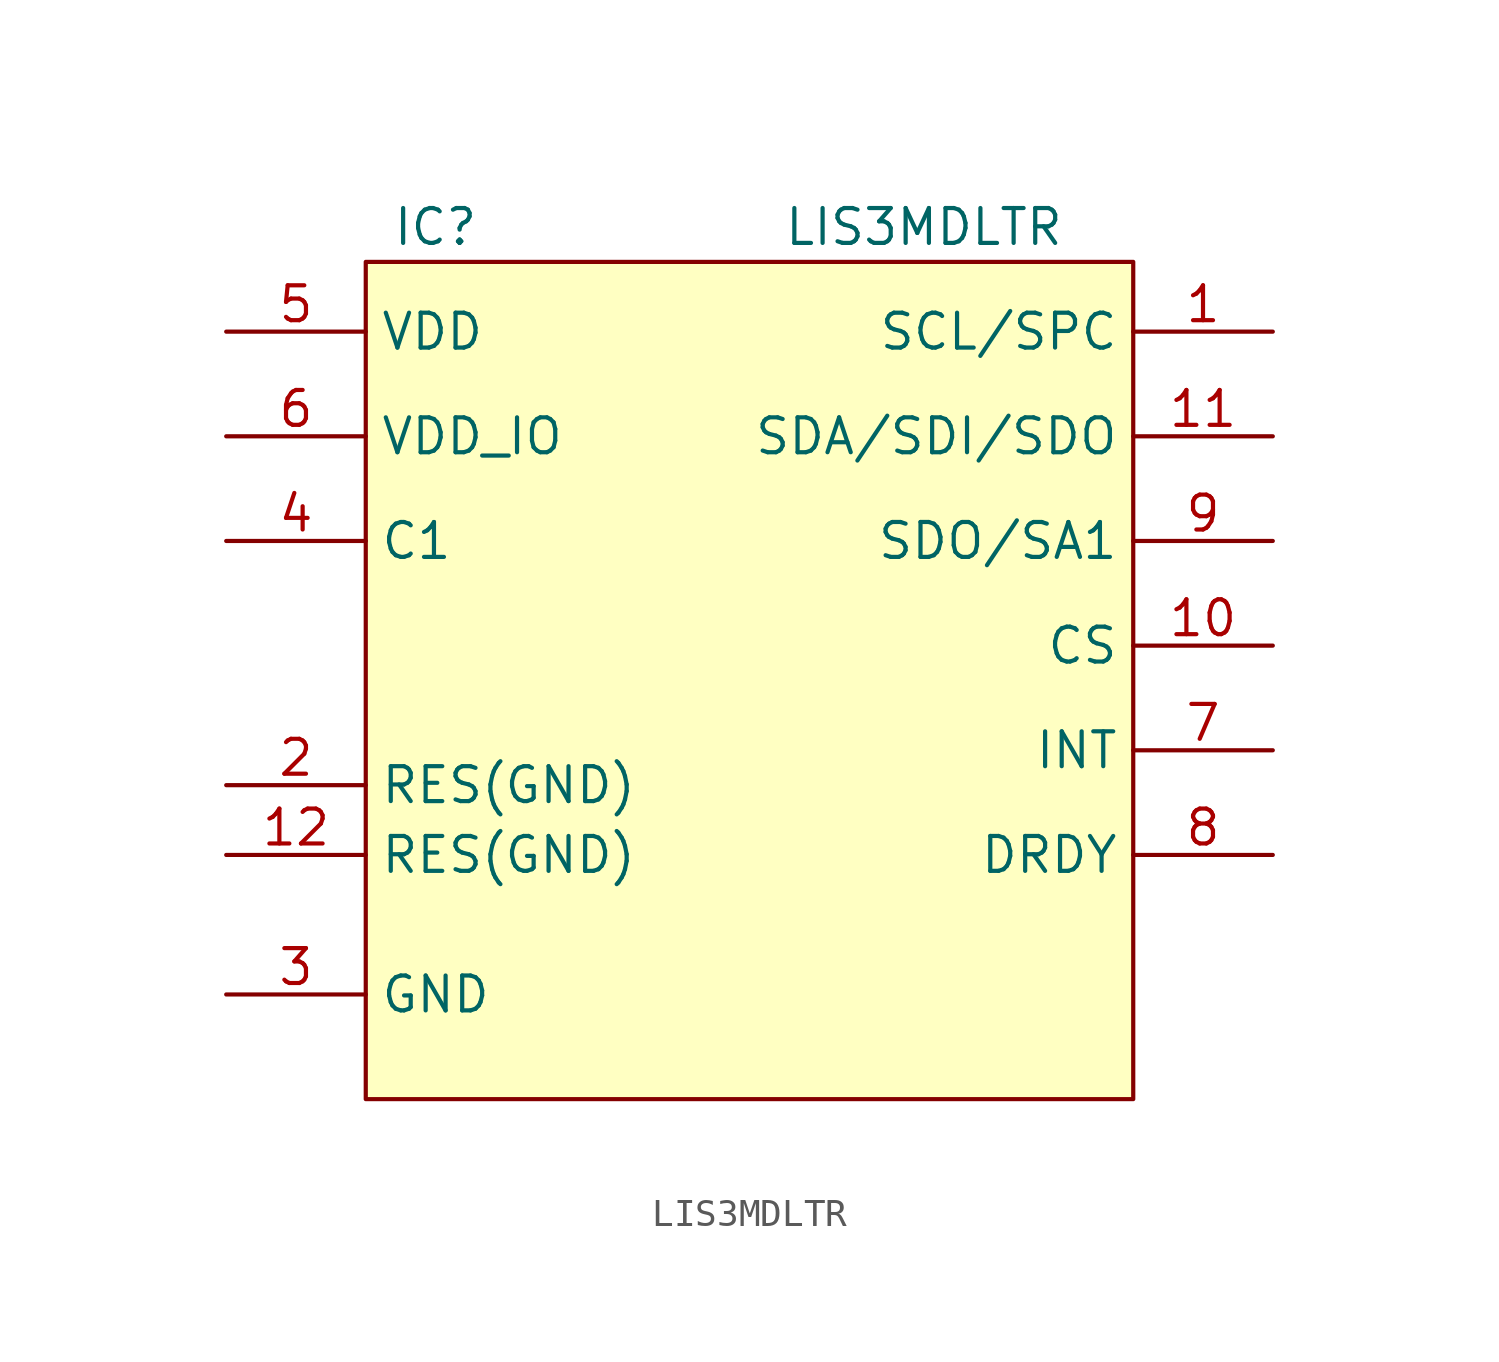
<source format=kicad_sym>
(kicad_symbol_lib
  (version 20220914)
  (generator kicad_symbol_editor)
  (symbol "LIS3MDLTR"
    (property "Reference" "IC"
      (at -11.43 16.51 0)
      (effects (font (size 1.27 1.27))))
    (property "Value" "LIS3MDLTR"
      (at 6.35 16.51 0)
      (effects (font (size 1.27 1.27))))
    (symbol "LIS3MDLTR_1_1"
      (rectangle (start -13.97 15.24) (end 13.97 -15.24) (stroke (width 0) (type default)) (fill (type background)))
      (pin input line (at 19.05 12.7 180) (length 5.08) (name "SCL/SPC" (effects (font (size 1.27 1.27)))) (number "1" (effects (font (size 1.27 1.27)))))
      (pin input line (at 19.05 1.27 180) (length 5.08) (name "CS" (effects (font (size 1.27 1.27)))) (number "10" (effects (font (size 1.27 1.27)))))
      (pin bidirectional line (at 19.05 8.89 180) (length 5.08) (name "SDA/SDI/SDO" (effects (font (size 1.27 1.27)))) (number "11" (effects (font (size 1.27 1.27)))))
      (pin passive line (at -19.05 -6.35 0) (length 5.08) (name "RES(GND)" (effects (font (size 1.27 1.27)))) (number "12" (effects (font (size 1.27 1.27)))))
      (pin passive line (at -19.05 -3.81 0) (length 5.08) (name "RES(GND)" (effects (font (size 1.27 1.27)))) (number "2" (effects (font (size 1.27 1.27)))))
      (pin power_in line (at -19.05 -11.43 0) (length 5.08) (name "GND" (effects (font (size 1.27 1.27)))) (number "3" (effects (font (size 1.27 1.27)))))
      (pin passive line (at -19.05 5.08 0) (length 5.08) (name "C1" (effects (font (size 1.27 1.27)))) (number "4" (effects (font (size 1.27 1.27)))))
      (pin power_in line (at -19.05 12.7 0) (length 5.08) (name "VDD" (effects (font (size 1.27 1.27)))) (number "5" (effects (font (size 1.27 1.27)))))
      (pin power_in line (at -19.05 8.89 0) (length 5.08) (name "VDD_IO" (effects (font (size 1.27 1.27)))) (number "6" (effects (font (size 1.27 1.27)))))
      (pin output line (at 19.05 -2.54 180) (length 5.08) (name "INT" (effects (font (size 1.27 1.27)))) (number "7" (effects (font (size 1.27 1.27)))))
      (pin output line (at 19.05 -6.35 180) (length 5.08) (name "DRDY" (effects (font (size 1.27 1.27)))) (number "8" (effects (font (size 1.27 1.27)))))
      (pin output line (at 19.05 5.08 180) (length 5.08) (name "SDO/SA1" (effects (font (size 1.27 1.27)))) (number "9" (effects (font (size 1.27 1.27))))))))
</source>
